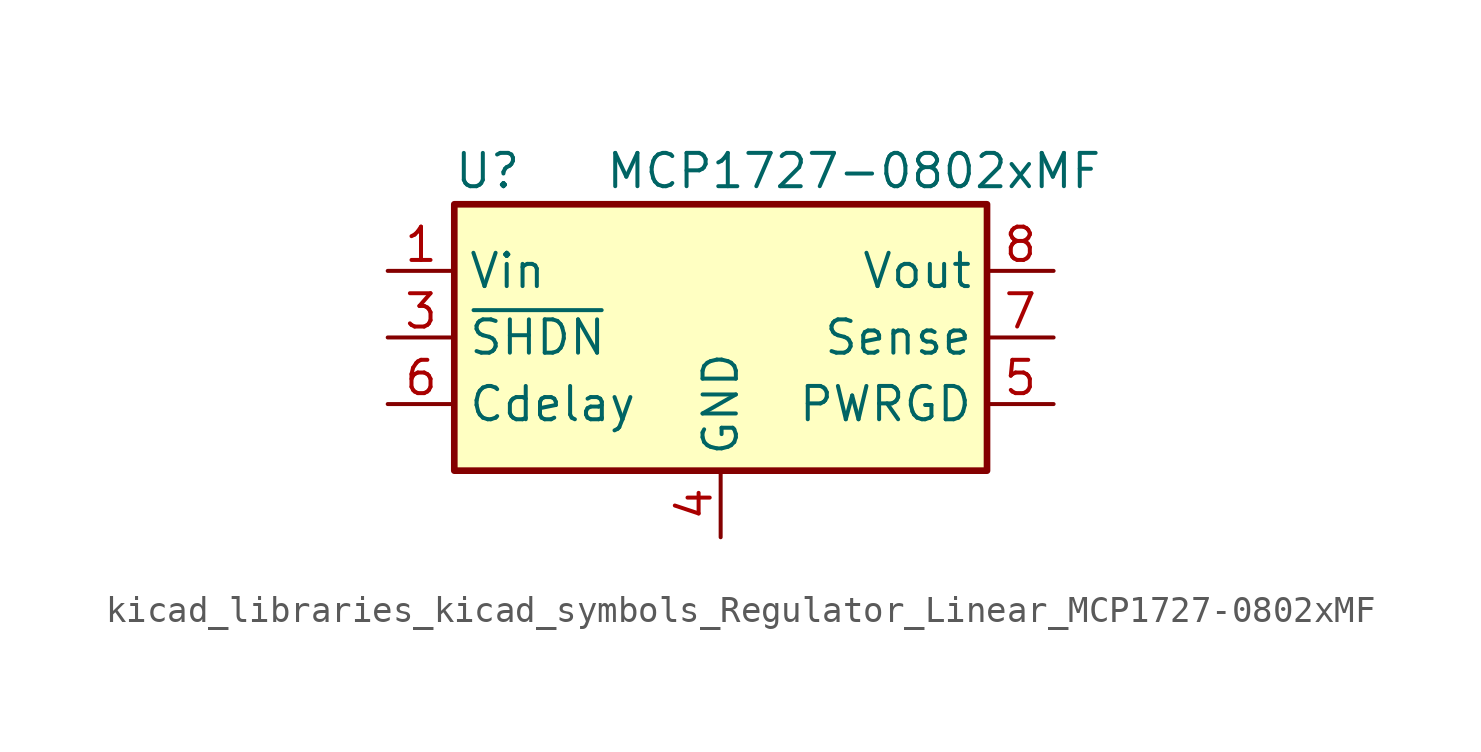
<source format=kicad_sym>
(kicad_symbol_lib
  (version 20220914)
  (generator kicad_symbol_editor)
  (symbol "kicad_libraries_kicad_symbols_Regulator_Linear_MCP1727-0802xMF"
    (property "Reference" "U"
      (at -8.89 6.35 0)
      (effects (font (size 1.27 1.27))))
    (property "Value" "MCP1727-0802xMF"
      (at 5.08 6.35 0)
      (effects (font (size 1.27 1.27))))
    (symbol "kicad_libraries_kicad_symbols_Regulator_Linear_MCP1727-0802xMF_0_0"
      (pin open_collector line (at 12.7 -2.54 180) (length 2.54) (name "PWRGD" (effects (font (size 1.27 1.27)))) (number "5" (effects (font (size 1.27 1.27)))))
      (pin input line (at -12.7 -2.54 0) (length 2.54) (name "Cdelay" (effects (font (size 1.27 1.27)))) (number "6" (effects (font (size 1.27 1.27)))))
      (pin input line (at 12.7 0 180) (length 2.54) (name "Sense" (effects (font (size 1.27 1.27)))) (number "7" (effects (font (size 1.27 1.27)))))
      (pin power_out line (at 12.7 2.54 180) (length 2.54) (name "Vout" (effects (font (size 1.27 1.27)))) (number "8" (effects (font (size 1.27 1.27))))))
    (symbol "kicad_libraries_kicad_symbols_Regulator_Linear_MCP1727-0802xMF_0_1"
      (rectangle (start -10.16 5.08) (end 10.16 -5.08) (stroke (width 0.254) (type default)) (fill (type background))))
    (symbol "kicad_libraries_kicad_symbols_Regulator_Linear_MCP1727-0802xMF_1_1"
      (pin power_in line (at -12.7 2.54 0) (length 2.54) (name "Vin" (effects (font (size 1.27 1.27)))) (number "1" (effects (font (size 1.27 1.27)))))
      (pin passive line (at -12.7 2.54 0) (length 2.54) hide (name "Vin" (effects (font (size 1.27 1.27)))) (number "2" (effects (font (size 1.27 1.27)))))
      (pin input line (at -12.7 0 0) (length 2.54) (name "~{SHDN}" (effects (font (size 1.27 1.27)))) (number "3" (effects (font (size 1.27 1.27)))))
      (pin power_in line (at 0 -7.62 90) (length 2.54) (name "GND" (effects (font (size 1.27 1.27)))) (number "4" (effects (font (size 1.27 1.27)))))
      (pin passive line (at 0 -7.62 90) (length 2.54) hide (name "GND" (effects (font (size 1.27 1.27)))) (number "9" (effects (font (size 1.27 1.27))))))))
</source>
